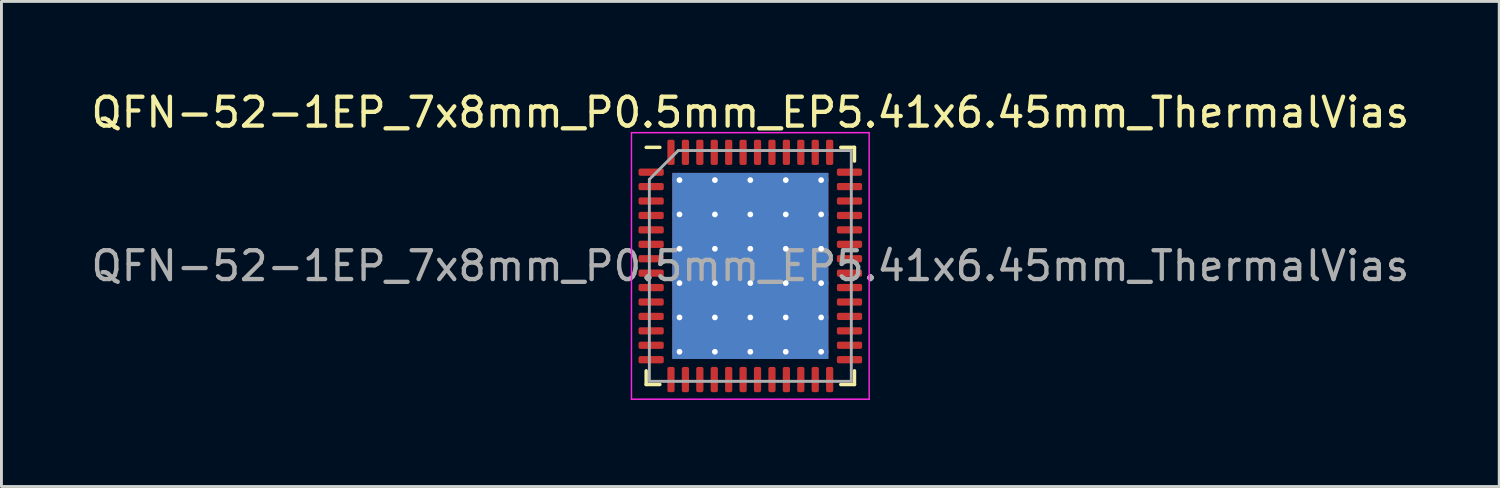
<source format=kicad_pcb>
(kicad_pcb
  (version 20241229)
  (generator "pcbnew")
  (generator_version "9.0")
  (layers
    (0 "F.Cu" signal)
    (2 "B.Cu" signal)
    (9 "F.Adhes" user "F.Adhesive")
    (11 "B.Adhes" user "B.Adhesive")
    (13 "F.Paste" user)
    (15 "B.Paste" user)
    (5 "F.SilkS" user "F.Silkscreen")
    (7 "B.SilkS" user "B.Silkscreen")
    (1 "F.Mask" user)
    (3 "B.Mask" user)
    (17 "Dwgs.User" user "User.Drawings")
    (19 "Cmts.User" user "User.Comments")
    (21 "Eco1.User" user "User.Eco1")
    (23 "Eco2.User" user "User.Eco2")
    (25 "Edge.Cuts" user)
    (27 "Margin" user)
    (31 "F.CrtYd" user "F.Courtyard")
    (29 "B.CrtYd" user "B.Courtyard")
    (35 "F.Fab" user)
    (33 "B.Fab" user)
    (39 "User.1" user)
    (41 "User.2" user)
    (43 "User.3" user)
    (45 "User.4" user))
  (footprint "QFN-52-1EP_7x8mm_P0.5mm_EP5.41x6.45mm_ThermalVias"
    (layer "F.Cu")
    (at 22.958 6.168)
    (property "Reference" "QFN-52-1EP_7x8mm_P0.5mm_EP5.41x6.45mm_ThermalVias" (at 0 -5.32 0) (layer "F.SilkS") (effects (font (size 1 1) (thickness 0.15))))
    (attr smd)
    (fp_line (start -3.61 4.11) (end -3.61 3.635) (stroke (width 0.12) (type solid)) (layer "F.SilkS"))
    (fp_line (start -3.135 -4.11) (end -3.61 -4.11) (stroke (width 0.12) (type solid)) (layer "F.SilkS"))
    (fp_line (start -3.135 4.11) (end -3.61 4.11) (stroke (width 0.12) (type solid)) (layer "F.SilkS"))
    (fp_line (start 3.135 -4.11) (end 3.61 -4.11) (stroke (width 0.12) (type solid)) (layer "F.SilkS"))
    (fp_line (start 3.135 4.11) (end 3.61 4.11) (stroke (width 0.12) (type solid)) (layer "F.SilkS"))
    (fp_line (start 3.61 -4.11) (end 3.61 -3.635) (stroke (width 0.12) (type solid)) (layer "F.SilkS"))
    (fp_line (start 3.61 4.11) (end 3.61 3.635) (stroke (width 0.12) (type solid)) (layer "F.SilkS"))
    (fp_line (start -4.12 -4.62) (end -4.12 4.62) (stroke (width 0.05) (type solid)) (layer "F.CrtYd"))
    (fp_line (start -4.12 4.62) (end 4.12 4.62) (stroke (width 0.05) (type solid)) (layer "F.CrtYd"))
    (fp_line (start 4.12 -4.62) (end -4.12 -4.62) (stroke (width 0.05) (type solid)) (layer "F.CrtYd"))
    (fp_line (start 4.12 4.62) (end 4.12 -4.62) (stroke (width 0.05) (type solid)) (layer "F.CrtYd"))
    (fp_line (start -3.5 -3) (end -2.5 -4) (stroke (width 0.1) (type solid)) (layer "F.Fab"))
    (fp_line (start -3.5 4) (end -3.5 -3) (stroke (width 0.1) (type solid)) (layer "F.Fab"))
    (fp_line (start -2.5 -4) (end 3.5 -4) (stroke (width 0.1) (type solid)) (layer "F.Fab"))
    (fp_line (start 3.5 -4) (end 3.5 4) (stroke (width 0.1) (type solid)) (layer "F.Fab"))
    (fp_line (start 3.5 4) (end -3.5 4) (stroke (width 0.1) (type solid)) (layer "F.Fab"))
    (fp_text user "${REFERENCE}" (at 0 0 0) (layer "F.Fab") (effects (font (size 1 1) (thickness 0.15))))
    (pad "" smd roundrect (at -1.841 -2.38) (size 1.048 0.999) (layers "F.Paste") (roundrect_rratio 0.25))
    (pad "" smd roundrect (at -1.841 -1.19) (size 1.048 0.999) (layers "F.Paste") (roundrect_rratio 0.25))
    (pad "" smd roundrect (at -1.841 0) (size 1.048 0.999) (layers "F.Paste") (roundrect_rratio 0.25))
    (pad "" smd roundrect (at -1.841 1.19) (size 1.048 0.999) (layers "F.Paste") (roundrect_rratio 0.25))
    (pad "" smd roundrect (at -1.841 2.38) (size 1.048 0.999) (layers "F.Paste") (roundrect_rratio 0.25))
    (pad "" smd roundrect (at -0.614 -2.38) (size 1.048 0.999) (layers "F.Paste") (roundrect_rratio 0.25))
    (pad "" smd roundrect (at -0.614 -1.19) (size 1.048 0.999) (layers "F.Paste") (roundrect_rratio 0.25))
    (pad "" smd roundrect (at -0.614 0) (size 1.048 0.999) (layers "F.Paste") (roundrect_rratio 0.25))
    (pad "" smd roundrect (at -0.614 1.19) (size 1.048 0.999) (layers "F.Paste") (roundrect_rratio 0.25))
    (pad "" smd roundrect (at -0.614 2.38) (size 1.048 0.999) (layers "F.Paste") (roundrect_rratio 0.25))
    (pad "" smd roundrect (at 0.614 -2.38) (size 1.048 0.999) (layers "F.Paste") (roundrect_rratio 0.25))
    (pad "" smd roundrect (at 0.614 -1.19) (size 1.048 0.999) (layers "F.Paste") (roundrect_rratio 0.25))
    (pad "" smd roundrect (at 0.614 0) (size 1.048 0.999) (layers "F.Paste") (roundrect_rratio 0.25))
    (pad "" smd roundrect (at 0.614 1.19) (size 1.048 0.999) (layers "F.Paste") (roundrect_rratio 0.25))
    (pad "" smd roundrect (at 0.614 2.38) (size 1.048 0.999) (layers "F.Paste") (roundrect_rratio 0.25))
    (pad "" smd roundrect (at 1.841 -2.38) (size 1.048 0.999) (layers "F.Paste") (roundrect_rratio 0.25))
    (pad "" smd roundrect (at 1.841 -1.19) (size 1.048 0.999) (layers "F.Paste") (roundrect_rratio 0.25))
    (pad "" smd roundrect (at 1.841 0) (size 1.048 0.999) (layers "F.Paste") (roundrect_rratio 0.25))
    (pad "" smd roundrect (at 1.841 1.19) (size 1.048 0.999) (layers "F.Paste") (roundrect_rratio 0.25))
    (pad "" smd roundrect (at 1.841 2.38) (size 1.048 0.999) (layers "F.Paste") (roundrect_rratio 0.25))
    (pad "1" smd roundrect (at -3.438 -3.25) (size 0.875 0.25) (layers "F.Cu" "F.Mask" "F.Paste") (roundrect_rratio 0.25))
    (pad "2" smd roundrect (at -3.438 -2.75) (size 0.875 0.25) (layers "F.Cu" "F.Mask" "F.Paste") (roundrect_rratio 0.25))
    (pad "3" smd roundrect (at -3.438 -2.25) (size 0.875 0.25) (layers "F.Cu" "F.Mask" "F.Paste") (roundrect_rratio 0.25))
    (pad "4" smd roundrect (at -3.438 -1.75) (size 0.875 0.25) (layers "F.Cu" "F.Mask" "F.Paste") (roundrect_rratio 0.25))
    (pad "5" smd roundrect (at -3.438 -1.25) (size 0.875 0.25) (layers "F.Cu" "F.Mask" "F.Paste") (roundrect_rratio 0.25))
    (pad "6" smd roundrect (at -3.438 -0.75) (size 0.875 0.25) (layers "F.Cu" "F.Mask" "F.Paste") (roundrect_rratio 0.25))
    (pad "7" smd roundrect (at -3.438 -0.25) (size 0.875 0.25) (layers "F.Cu" "F.Mask" "F.Paste") (roundrect_rratio 0.25))
    (pad "8" smd roundrect (at -3.438 0.25) (size 0.875 0.25) (layers "F.Cu" "F.Mask" "F.Paste") (roundrect_rratio 0.25))
    (pad "9" smd roundrect (at -3.438 0.75) (size 0.875 0.25) (layers "F.Cu" "F.Mask" "F.Paste") (roundrect_rratio 0.25))
    (pad "10" smd roundrect (at -3.438 1.25) (size 0.875 0.25) (layers "F.Cu" "F.Mask" "F.Paste") (roundrect_rratio 0.25))
    (pad "11" smd roundrect (at -3.438 1.75) (size 0.875 0.25) (layers "F.Cu" "F.Mask" "F.Paste") (roundrect_rratio 0.25))
    (pad "12" smd roundrect (at -3.438 2.25) (size 0.875 0.25) (layers "F.Cu" "F.Mask" "F.Paste") (roundrect_rratio 0.25))
    (pad "13" smd roundrect (at -3.438 2.75) (size 0.875 0.25) (layers "F.Cu" "F.Mask" "F.Paste") (roundrect_rratio 0.25))
    (pad "14" smd roundrect (at -3.438 3.25) (size 0.875 0.25) (layers "F.Cu" "F.Mask" "F.Paste") (roundrect_rratio 0.25))
    (pad "15" smd roundrect (at -2.75 3.938) (size 0.25 0.875) (layers "F.Cu" "F.Mask" "F.Paste") (roundrect_rratio 0.25))
    (pad "16" smd roundrect (at -2.25 3.938) (size 0.25 0.875) (layers "F.Cu" "F.Mask" "F.Paste") (roundrect_rratio 0.25))
    (pad "17" smd roundrect (at -1.75 3.938) (size 0.25 0.875) (layers "F.Cu" "F.Mask" "F.Paste") (roundrect_rratio 0.25))
    (pad "18" smd roundrect (at -1.25 3.938) (size 0.25 0.875) (layers "F.Cu" "F.Mask" "F.Paste") (roundrect_rratio 0.25))
    (pad "19" smd roundrect (at -0.75 3.938) (size 0.25 0.875) (layers "F.Cu" "F.Mask" "F.Paste") (roundrect_rratio 0.25))
    (pad "20" smd roundrect (at -0.25 3.938) (size 0.25 0.875) (layers "F.Cu" "F.Mask" "F.Paste") (roundrect_rratio 0.25))
    (pad "21" smd roundrect (at 0.25 3.938) (size 0.25 0.875) (layers "F.Cu" "F.Mask" "F.Paste") (roundrect_rratio 0.25))
    (pad "22" smd roundrect (at 0.75 3.938) (size 0.25 0.875) (layers "F.Cu" "F.Mask" "F.Paste") (roundrect_rratio 0.25))
    (pad "23" smd roundrect (at 1.25 3.938) (size 0.25 0.875) (layers "F.Cu" "F.Mask" "F.Paste") (roundrect_rratio 0.25))
    (pad "24" smd roundrect (at 1.75 3.938) (size 0.25 0.875) (layers "F.Cu" "F.Mask" "F.Paste") (roundrect_rratio 0.25))
    (pad "25" smd roundrect (at 2.25 3.938) (size 0.25 0.875) (layers "F.Cu" "F.Mask" "F.Paste") (roundrect_rratio 0.25))
    (pad "26" smd roundrect (at 2.75 3.938) (size 0.25 0.875) (layers "F.Cu" "F.Mask" "F.Paste") (roundrect_rratio 0.25))
    (pad "27" smd roundrect (at 3.438 3.25) (size 0.875 0.25) (layers "F.Cu" "F.Mask" "F.Paste") (roundrect_rratio 0.25))
    (pad "28" smd roundrect (at 3.438 2.75) (size 0.875 0.25) (layers "F.Cu" "F.Mask" "F.Paste") (roundrect_rratio 0.25))
    (pad "29" smd roundrect (at 3.438 2.25) (size 0.875 0.25) (layers "F.Cu" "F.Mask" "F.Paste") (roundrect_rratio 0.25))
    (pad "30" smd roundrect (at 3.438 1.75) (size 0.875 0.25) (layers "F.Cu" "F.Mask" "F.Paste") (roundrect_rratio 0.25))
    (pad "31" smd roundrect (at 3.438 1.25) (size 0.875 0.25) (layers "F.Cu" "F.Mask" "F.Paste") (roundrect_rratio 0.25))
    (pad "32" smd roundrect (at 3.438 0.75) (size 0.875 0.25) (layers "F.Cu" "F.Mask" "F.Paste") (roundrect_rratio 0.25))
    (pad "33" smd roundrect (at 3.438 0.25) (size 0.875 0.25) (layers "F.Cu" "F.Mask" "F.Paste") (roundrect_rratio 0.25))
    (pad "34" smd roundrect (at 3.438 -0.25) (size 0.875 0.25) (layers "F.Cu" "F.Mask" "F.Paste") (roundrect_rratio 0.25))
    (pad "35" smd roundrect (at 3.438 -0.75) (size 0.875 0.25) (layers "F.Cu" "F.Mask" "F.Paste") (roundrect_rratio 0.25))
    (pad "36" smd roundrect (at 3.438 -1.25) (size 0.875 0.25) (layers "F.Cu" "F.Mask" "F.Paste") (roundrect_rratio 0.25))
    (pad "37" smd roundrect (at 3.438 -1.75) (size 0.875 0.25) (layers "F.Cu" "F.Mask" "F.Paste") (roundrect_rratio 0.25))
    (pad "38" smd roundrect (at 3.438 -2.25) (size 0.875 0.25) (layers "F.Cu" "F.Mask" "F.Paste") (roundrect_rratio 0.25))
    (pad "39" smd roundrect (at 3.438 -2.75) (size 0.875 0.25) (layers "F.Cu" "F.Mask" "F.Paste") (roundrect_rratio 0.25))
    (pad "40" smd roundrect (at 3.438 -3.25) (size 0.875 0.25) (layers "F.Cu" "F.Mask" "F.Paste") (roundrect_rratio 0.25))
    (pad "41" smd roundrect (at 2.75 -3.938) (size 0.25 0.875) (layers "F.Cu" "F.Mask" "F.Paste") (roundrect_rratio 0.25))
    (pad "42" smd roundrect (at 2.25 -3.938) (size 0.25 0.875) (layers "F.Cu" "F.Mask" "F.Paste") (roundrect_rratio 0.25))
    (pad "43" smd roundrect (at 1.75 -3.938) (size 0.25 0.875) (layers "F.Cu" "F.Mask" "F.Paste") (roundrect_rratio 0.25))
    (pad "44" smd roundrect (at 1.25 -3.938) (size 0.25 0.875) (layers "F.Cu" "F.Mask" "F.Paste") (roundrect_rratio 0.25))
    (pad "45" smd roundrect (at 0.75 -3.938) (size 0.25 0.875) (layers "F.Cu" "F.Mask" "F.Paste") (roundrect_rratio 0.25))
    (pad "46" smd roundrect (at 0.25 -3.938) (size 0.25 0.875) (layers "F.Cu" "F.Mask" "F.Paste") (roundrect_rratio 0.25))
    (pad "47" smd roundrect (at -0.25 -3.938) (size 0.25 0.875) (layers "F.Cu" "F.Mask" "F.Paste") (roundrect_rratio 0.25))
    (pad "48" smd roundrect (at -0.75 -3.938) (size 0.25 0.875) (layers "F.Cu" "F.Mask" "F.Paste") (roundrect_rratio 0.25))
    (pad "49" smd roundrect (at -1.25 -3.938) (size 0.25 0.875) (layers "F.Cu" "F.Mask" "F.Paste") (roundrect_rratio 0.25))
    (pad "50" smd roundrect (at -1.75 -3.938) (size 0.25 0.875) (layers "F.Cu" "F.Mask" "F.Paste") (roundrect_rratio 0.25))
    (pad "51" smd roundrect (at -2.25 -3.938) (size 0.25 0.875) (layers "F.Cu" "F.Mask" "F.Paste") (roundrect_rratio 0.25))
    (pad "52" smd roundrect (at -2.75 -3.938) (size 0.25 0.875) (layers "F.Cu" "F.Mask" "F.Paste") (roundrect_rratio 0.25))
    (pad "53" thru_hole circle (at -2.455 -2.975) (size 0.5 0.5) (drill 0.2) (layers "*.Cu"))
    (pad "53" thru_hole circle (at -2.455 -1.785) (size 0.5 0.5) (drill 0.2) (layers "*.Cu"))
    (pad "53" thru_hole circle (at -2.455 -0.595) (size 0.5 0.5) (drill 0.2) (layers "*.Cu"))
    (pad "53" thru_hole circle (at -2.455 0.595) (size 0.5 0.5) (drill 0.2) (layers "*.Cu"))
    (pad "53" thru_hole circle (at -2.455 1.785) (size 0.5 0.5) (drill 0.2) (layers "*.Cu"))
    (pad "53" thru_hole circle (at -2.455 2.975) (size 0.5 0.5) (drill 0.2) (layers "*.Cu"))
    (pad "53" thru_hole circle (at -1.228 -2.975) (size 0.5 0.5) (drill 0.2) (layers "*.Cu"))
    (pad "53" thru_hole circle (at -1.228 -1.785) (size 0.5 0.5) (drill 0.2) (layers "*.Cu"))
    (pad "53" thru_hole circle (at -1.228 -0.595) (size 0.5 0.5) (drill 0.2) (layers "*.Cu"))
    (pad "53" thru_hole circle (at -1.228 0.595) (size 0.5 0.5) (drill 0.2) (layers "*.Cu"))
    (pad "53" thru_hole circle (at -1.228 1.785) (size 0.5 0.5) (drill 0.2) (layers "*.Cu"))
    (pad "53" thru_hole circle (at -1.228 2.975) (size 0.5 0.5) (drill 0.2) (layers "*.Cu"))
    (pad "53" thru_hole circle (at 0 -2.975) (size 0.5 0.5) (drill 0.2) (layers "*.Cu"))
    (pad "53" thru_hole circle (at 0 -1.785) (size 0.5 0.5) (drill 0.2) (layers "*.Cu"))
    (pad "53" thru_hole circle (at 0 -0.595) (size 0.5 0.5) (drill 0.2) (layers "*.Cu"))
    (pad "53" smd rect (at 0 0) (size 5.41 6.45) (layers "F.Cu" "F.Mask"))
    (pad "53" smd rect (at 0 0) (size 5.41 6.45) (layers "B.Cu"))
    (pad "53" thru_hole circle (at 0 0.595) (size 0.5 0.5) (drill 0.2) (layers "*.Cu"))
    (pad "53" thru_hole circle (at 0 1.785) (size 0.5 0.5) (drill 0.2) (layers "*.Cu"))
    (pad "53" thru_hole circle (at 0 2.975) (size 0.5 0.5) (drill 0.2) (layers "*.Cu"))
    (pad "53" thru_hole circle (at 1.228 -2.975) (size 0.5 0.5) (drill 0.2) (layers "*.Cu"))
    (pad "53" thru_hole circle (at 1.228 -1.785) (size 0.5 0.5) (drill 0.2) (layers "*.Cu"))
    (pad "53" thru_hole circle (at 1.228 -0.595) (size 0.5 0.5) (drill 0.2) (layers "*.Cu"))
    (pad "53" thru_hole circle (at 1.228 0.595) (size 0.5 0.5) (drill 0.2) (layers "*.Cu"))
    (pad "53" thru_hole circle (at 1.228 1.785) (size 0.5 0.5) (drill 0.2) (layers "*.Cu"))
    (pad "53" thru_hole circle (at 1.228 2.975) (size 0.5 0.5) (drill 0.2) (layers "*.Cu"))
    (pad "53" thru_hole circle (at 2.455 -2.975) (size 0.5 0.5) (drill 0.2) (layers "*.Cu"))
    (pad "53" thru_hole circle (at 2.455 -1.785) (size 0.5 0.5) (drill 0.2) (layers "*.Cu"))
    (pad "53" thru_hole circle (at 2.455 -0.595) (size 0.5 0.5) (drill 0.2) (layers "*.Cu"))
    (pad "53" thru_hole circle (at 2.455 0.595) (size 0.5 0.5) (drill 0.2) (layers "*.Cu"))
    (pad "53" thru_hole circle (at 2.455 1.785) (size 0.5 0.5) (drill 0.2) (layers "*.Cu"))
    (pad "53" thru_hole circle (at 2.455 2.975) (size 0.5 0.5) (drill 0.2) (layers "*.Cu")))
  (gr_rect
    (start -3 -3)
    (end 48.917 13.813)
    (stroke (width 0.1) (type default))
    (fill no)
    (layer "Edge.Cuts")))
</source>
